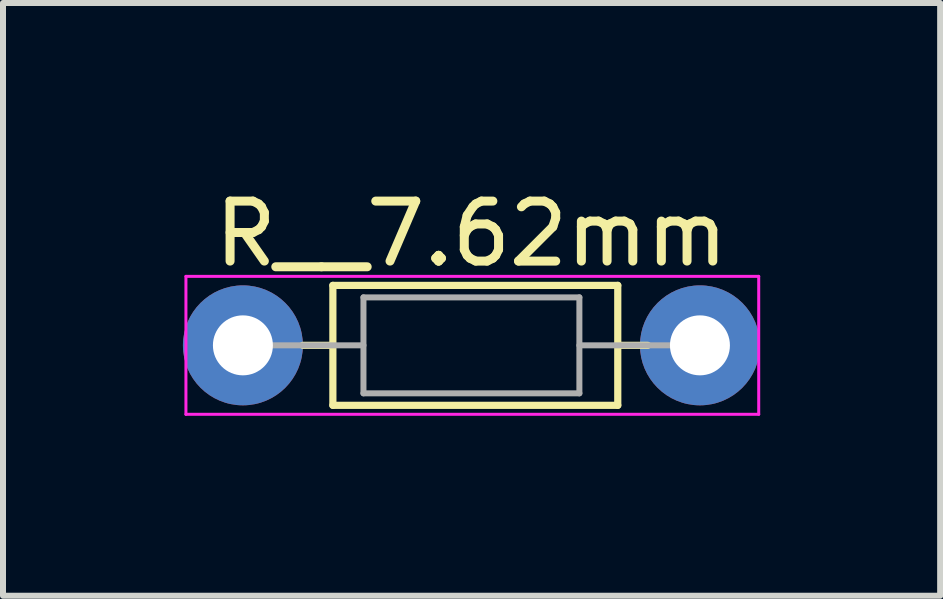
<source format=kicad_pcb>
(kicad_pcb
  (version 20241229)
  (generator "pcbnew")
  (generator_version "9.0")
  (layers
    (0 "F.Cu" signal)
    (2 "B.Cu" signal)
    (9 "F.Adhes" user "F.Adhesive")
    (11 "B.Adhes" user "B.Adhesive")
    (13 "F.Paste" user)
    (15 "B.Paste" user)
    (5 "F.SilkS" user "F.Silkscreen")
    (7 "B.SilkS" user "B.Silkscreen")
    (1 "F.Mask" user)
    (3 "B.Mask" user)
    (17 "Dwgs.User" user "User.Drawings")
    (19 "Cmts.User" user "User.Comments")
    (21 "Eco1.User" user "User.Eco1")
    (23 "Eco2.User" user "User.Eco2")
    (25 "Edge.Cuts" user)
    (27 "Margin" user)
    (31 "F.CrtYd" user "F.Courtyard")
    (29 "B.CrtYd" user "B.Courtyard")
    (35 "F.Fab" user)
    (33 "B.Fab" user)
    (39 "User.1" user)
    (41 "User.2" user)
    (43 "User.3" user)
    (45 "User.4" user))
  (footprint "R__7.62mm"
    (layer "F.Cu")
    (at 4.81 2.708)
    (property "Reference" "R__7.62mm" (at 0 -1.86 0) (layer "F.SilkS") (effects (font (size 1 1) (thickness 0.15))))
    (attr through_hole)
    (fp_line (start -2.31 -1) (end -2.31 1) (stroke (width 0.12) (type solid)) (layer "F.SilkS"))
    (fp_line (start -2.31 0) (end -2.81 0) (stroke (width 0.12) (type solid)) (layer "F.SilkS"))
    (fp_line (start -2.31 1) (end 2.44 1) (stroke (width 0.12) (type solid)) (layer "F.SilkS"))
    (fp_line (start 2.44 -1) (end -2.31 -1) (stroke (width 0.12) (type solid)) (layer "F.SilkS"))
    (fp_line (start 2.44 0) (end 2.94 0) (stroke (width 0.12) (type solid)) (layer "F.SilkS"))
    (fp_line (start 2.44 1) (end 2.44 -1) (stroke (width 0.12) (type solid)) (layer "F.SilkS"))
    (fp_line (start -4.76 -1.15) (end -4.76 1.15) (stroke (width 0.05) (type solid)) (layer "F.CrtYd"))
    (fp_line (start -4.76 1.15) (end 4.79 1.15) (stroke (width 0.05) (type solid)) (layer "F.CrtYd"))
    (fp_line (start 4.79 -1.15) (end -4.76 -1.15) (stroke (width 0.05) (type solid)) (layer "F.CrtYd"))
    (fp_line (start 4.79 1.15) (end 4.79 -1.15) (stroke (width 0.05) (type solid)) (layer "F.CrtYd"))
    (fp_line (start -3.81 0) (end -1.8 0) (stroke (width 0.1) (type solid)) (layer "F.Fab"))
    (fp_line (start -1.8 -0.8) (end -1.8 0.8) (stroke (width 0.1) (type solid)) (layer "F.Fab"))
    (fp_line (start -1.8 0.8) (end 1.8 0.8) (stroke (width 0.1) (type solid)) (layer "F.Fab"))
    (fp_line (start 1.8 -0.8) (end -1.8 -0.8) (stroke (width 0.1) (type solid)) (layer "F.Fab"))
    (fp_line (start 1.8 0.8) (end 1.8 -0.8) (stroke (width 0.1) (type solid)) (layer "F.Fab"))
    (fp_line (start 3.81 0) (end 1.8 0) (stroke (width 0.1) (type solid)) (layer "F.Fab"))
    (pad "1" thru_hole circle (at -3.81 0) (size 2 2) (drill 1) (layers "*.Cu" "*.Mask"))
    (pad "2" thru_hole circle (at 3.81 0) (size 2 2) (drill 1) (layers "*.Cu" "*.Mask")))
  (gr_rect
    (start -3 -3)
    (end 12.625 6.883)
    (stroke (width 0.1) (type default))
    (fill no)
    (layer "Edge.Cuts")))
</source>
